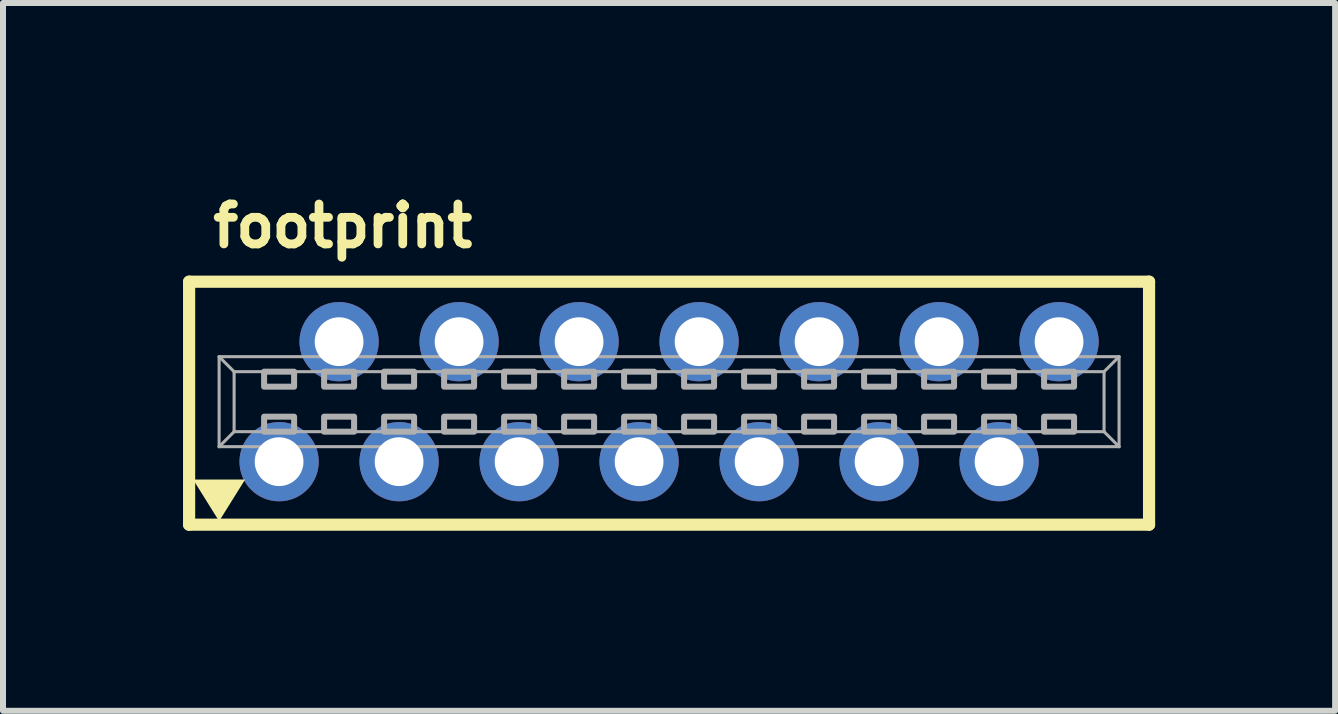
<source format=kicad_pcb>
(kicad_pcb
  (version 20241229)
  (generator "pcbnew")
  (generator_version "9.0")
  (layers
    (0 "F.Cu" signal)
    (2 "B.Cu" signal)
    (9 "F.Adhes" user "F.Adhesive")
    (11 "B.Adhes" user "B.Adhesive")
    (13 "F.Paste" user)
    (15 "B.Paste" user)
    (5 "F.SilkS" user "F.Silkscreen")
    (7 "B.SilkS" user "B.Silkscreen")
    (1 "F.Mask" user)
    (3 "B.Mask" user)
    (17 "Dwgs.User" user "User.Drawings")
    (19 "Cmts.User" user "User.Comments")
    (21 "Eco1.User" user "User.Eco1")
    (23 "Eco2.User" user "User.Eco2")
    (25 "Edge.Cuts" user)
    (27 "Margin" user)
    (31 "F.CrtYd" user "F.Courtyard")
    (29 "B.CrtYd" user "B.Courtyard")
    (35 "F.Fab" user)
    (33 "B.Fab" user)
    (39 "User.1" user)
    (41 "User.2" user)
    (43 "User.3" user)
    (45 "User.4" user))
  (footprint "footprint"
    (layer "F.Cu")
    (at 8.102 3.645)
    (property "Reference" "footprint" (at -7.675 -2.54 0) (layer "F.SilkS") (effects (font (size 0.666 0.666) (thickness 0.146)) (justify left bottom)))
    (fp_line (start -8 -2) (end -8 2.05) (stroke (width 0.203) (type solid)) (layer "F.SilkS"))
    (fp_line (start -8 2.05) (end 8 2.05) (stroke (width 0.203) (type solid)) (layer "F.SilkS"))
    (fp_line (start 8 -2) (end -8 -2) (stroke (width 0.203) (type solid)) (layer "F.SilkS"))
    (fp_line (start 8 -2) (end 8 2.05) (stroke (width 0.203) (type solid)) (layer "F.SilkS"))
    (fp_poly (pts (xy -7.5 1.992) (xy -7.933 1.298) (xy -7.067 1.298)) (stroke (width 0) (type solid)) (fill yes) (layer "F.SilkS"))
    (fp_line (start -7.5 -0.75) (end 7.5 -0.75) (stroke (width 0.051) (type solid)) (layer "F.Fab"))
    (fp_line (start -7.5 0.75) (end -7.5 -0.75) (stroke (width 0.051) (type solid)) (layer "F.Fab"))
    (fp_line (start -7.25 -0.5) (end -7.5 -0.75) (stroke (width 0.051) (type solid)) (layer "F.Fab"))
    (fp_line (start -7.25 -0.5) (end 7.25 -0.5) (stroke (width 0.051) (type solid)) (layer "F.Fab"))
    (fp_line (start -7.25 0.5) (end -7.5 0.75) (stroke (width 0.051) (type solid)) (layer "F.Fab"))
    (fp_line (start -7.25 0.5) (end -7.25 -0.5) (stroke (width 0.051) (type solid)) (layer "F.Fab"))
    (fp_line (start 7.25 -0.5) (end 7.25 0.5) (stroke (width 0.051) (type solid)) (layer "F.Fab"))
    (fp_line (start 7.25 -0.5) (end 7.5 -0.75) (stroke (width 0.051) (type solid)) (layer "F.Fab"))
    (fp_line (start 7.25 0.5) (end -7.25 0.5) (stroke (width 0.051) (type solid)) (layer "F.Fab"))
    (fp_line (start 7.25 0.5) (end 7.5 0.75) (stroke (width 0.051) (type solid)) (layer "F.Fab"))
    (fp_line (start 7.5 -0.75) (end 7.5 0.75) (stroke (width 0.051) (type solid)) (layer "F.Fab"))
    (fp_line (start 7.5 0.75) (end -7.5 0.75) (stroke (width 0.051) (type solid)) (layer "F.Fab"))
    (fp_poly (pts (xy -6.75 -0.25) (xy -6.25 -0.25) (xy -6.25 -0.5) (xy -6.75 -0.5)) (stroke (width 0.1) (type solid)) (fill no) (layer "F.Fab"))
    (fp_poly (pts (xy -6.75 0.5) (xy -6.25 0.5) (xy -6.25 0.25) (xy -6.75 0.25)) (stroke (width 0.1) (type solid)) (fill no) (layer "F.Fab"))
    (fp_poly (pts (xy -5.75 -0.25) (xy -5.25 -0.25) (xy -5.25 -0.5) (xy -5.75 -0.5)) (stroke (width 0.1) (type solid)) (fill no) (layer "F.Fab"))
    (fp_poly (pts (xy -5.75 0.5) (xy -5.25 0.5) (xy -5.25 0.25) (xy -5.75 0.25)) (stroke (width 0.1) (type solid)) (fill no) (layer "F.Fab"))
    (fp_poly (pts (xy -4.75 -0.25) (xy -4.25 -0.25) (xy -4.25 -0.5) (xy -4.75 -0.5)) (stroke (width 0.1) (type solid)) (fill no) (layer "F.Fab"))
    (fp_poly (pts (xy -4.75 0.5) (xy -4.25 0.5) (xy -4.25 0.25) (xy -4.75 0.25)) (stroke (width 0.1) (type solid)) (fill no) (layer "F.Fab"))
    (fp_poly (pts (xy -3.75 -0.25) (xy -3.25 -0.25) (xy -3.25 -0.5) (xy -3.75 -0.5)) (stroke (width 0.1) (type solid)) (fill no) (layer "F.Fab"))
    (fp_poly (pts (xy -3.75 0.5) (xy -3.25 0.5) (xy -3.25 0.25) (xy -3.75 0.25)) (stroke (width 0.1) (type solid)) (fill no) (layer "F.Fab"))
    (fp_poly (pts (xy -2.75 -0.25) (xy -2.25 -0.25) (xy -2.25 -0.5) (xy -2.75 -0.5)) (stroke (width 0.1) (type solid)) (fill no) (layer "F.Fab"))
    (fp_poly (pts (xy -2.75 0.5) (xy -2.25 0.5) (xy -2.25 0.25) (xy -2.75 0.25)) (stroke (width 0.1) (type solid)) (fill no) (layer "F.Fab"))
    (fp_poly (pts (xy -1.75 -0.25) (xy -1.25 -0.25) (xy -1.25 -0.5) (xy -1.75 -0.5)) (stroke (width 0.1) (type solid)) (fill no) (layer "F.Fab"))
    (fp_poly (pts (xy -1.75 0.5) (xy -1.25 0.5) (xy -1.25 0.25) (xy -1.75 0.25)) (stroke (width 0.1) (type solid)) (fill no) (layer "F.Fab"))
    (fp_poly (pts (xy -0.75 -0.25) (xy -0.25 -0.25) (xy -0.25 -0.5) (xy -0.75 -0.5)) (stroke (width 0.1) (type solid)) (fill no) (layer "F.Fab"))
    (fp_poly (pts (xy -0.75 0.5) (xy -0.25 0.5) (xy -0.25 0.25) (xy -0.75 0.25)) (stroke (width 0.1) (type solid)) (fill no) (layer "F.Fab"))
    (fp_poly (pts (xy 0.25 -0.25) (xy 0.75 -0.25) (xy 0.75 -0.5) (xy 0.25 -0.5)) (stroke (width 0.1) (type solid)) (fill no) (layer "F.Fab"))
    (fp_poly (pts (xy 0.25 0.5) (xy 0.75 0.5) (xy 0.75 0.25) (xy 0.25 0.25)) (stroke (width 0.1) (type solid)) (fill no) (layer "F.Fab"))
    (fp_poly (pts (xy 1.25 -0.25) (xy 1.75 -0.25) (xy 1.75 -0.5) (xy 1.25 -0.5)) (stroke (width 0.1) (type solid)) (fill no) (layer "F.Fab"))
    (fp_poly (pts (xy 1.25 0.5) (xy 1.75 0.5) (xy 1.75 0.25) (xy 1.25 0.25)) (stroke (width 0.1) (type solid)) (fill no) (layer "F.Fab"))
    (fp_poly (pts (xy 2.25 -0.25) (xy 2.75 -0.25) (xy 2.75 -0.5) (xy 2.25 -0.5)) (stroke (width 0.1) (type solid)) (fill no) (layer "F.Fab"))
    (fp_poly (pts (xy 2.25 0.5) (xy 2.75 0.5) (xy 2.75 0.25) (xy 2.25 0.25)) (stroke (width 0.1) (type solid)) (fill no) (layer "F.Fab"))
    (fp_poly (pts (xy 3.25 -0.25) (xy 3.75 -0.25) (xy 3.75 -0.5) (xy 3.25 -0.5)) (stroke (width 0.1) (type solid)) (fill no) (layer "F.Fab"))
    (fp_poly (pts (xy 3.25 0.5) (xy 3.75 0.5) (xy 3.75 0.25) (xy 3.25 0.25)) (stroke (width 0.1) (type solid)) (fill no) (layer "F.Fab"))
    (fp_poly (pts (xy 4.25 -0.25) (xy 4.75 -0.25) (xy 4.75 -0.5) (xy 4.25 -0.5)) (stroke (width 0.1) (type solid)) (fill no) (layer "F.Fab"))
    (fp_poly (pts (xy 4.25 0.5) (xy 4.75 0.5) (xy 4.75 0.25) (xy 4.25 0.25)) (stroke (width 0.1) (type solid)) (fill no) (layer "F.Fab"))
    (fp_poly (pts (xy 5.25 -0.25) (xy 5.75 -0.25) (xy 5.75 -0.5) (xy 5.25 -0.5)) (stroke (width 0.1) (type solid)) (fill no) (layer "F.Fab"))
    (fp_poly (pts (xy 5.25 0.5) (xy 5.75 0.5) (xy 5.75 0.25) (xy 5.25 0.25)) (stroke (width 0.1) (type solid)) (fill no) (layer "F.Fab"))
    (fp_poly (pts (xy 6.25 -0.25) (xy 6.75 -0.25) (xy 6.75 -0.5) (xy 6.25 -0.5)) (stroke (width 0.1) (type solid)) (fill no) (layer "F.Fab"))
    (fp_poly (pts (xy 6.25 0.5) (xy 6.75 0.5) (xy 6.75 0.25) (xy 6.25 0.25)) (stroke (width 0.1) (type solid)) (fill no) (layer "F.Fab"))
    (pad "1" thru_hole circle (at -6.5 1) (size 1.321 1.321) (drill 0.813) (layers "*.Cu" "*.Mask"))
    (pad "2" thru_hole circle (at -5.5 -1) (size 1.321 1.321) (drill 0.813) (layers "*.Cu" "*.Mask"))
    (pad "3" thru_hole circle (at -4.5 1) (size 1.321 1.321) (drill 0.813) (layers "*.Cu" "*.Mask"))
    (pad "4" thru_hole circle (at -3.5 -1) (size 1.321 1.321) (drill 0.813) (layers "*.Cu" "*.Mask"))
    (pad "5" thru_hole circle (at -2.5 1) (size 1.321 1.321) (drill 0.813) (layers "*.Cu" "*.Mask"))
    (pad "6" thru_hole circle (at -1.5 -1) (size 1.321 1.321) (drill 0.813) (layers "*.Cu" "*.Mask"))
    (pad "7" thru_hole circle (at -0.5 1) (size 1.321 1.321) (drill 0.813) (layers "*.Cu" "*.Mask"))
    (pad "8" thru_hole circle (at 0.5 -1) (size 1.321 1.321) (drill 0.813) (layers "*.Cu" "*.Mask"))
    (pad "9" thru_hole circle (at 1.5 1) (size 1.321 1.321) (drill 0.813) (layers "*.Cu" "*.Mask"))
    (pad "10" thru_hole circle (at 2.5 -1) (size 1.321 1.321) (drill 0.813) (layers "*.Cu" "*.Mask"))
    (pad "11" thru_hole circle (at 3.5 1) (size 1.321 1.321) (drill 0.813) (layers "*.Cu" "*.Mask"))
    (pad "12" thru_hole circle (at 4.5 -1) (size 1.321 1.321) (drill 0.813) (layers "*.Cu" "*.Mask"))
    (pad "13" thru_hole circle (at 5.5 1) (size 1.321 1.321) (drill 0.813) (layers "*.Cu" "*.Mask"))
    (pad "14" thru_hole circle (at 6.5 -1) (size 1.321 1.321) (drill 0.813) (layers "*.Cu" "*.Mask")))
  (gr_rect
    (start -3 -3)
    (end 19.203 8.797)
    (stroke (width 0.1) (type default))
    (fill no)
    (layer "Edge.Cuts")))
</source>
